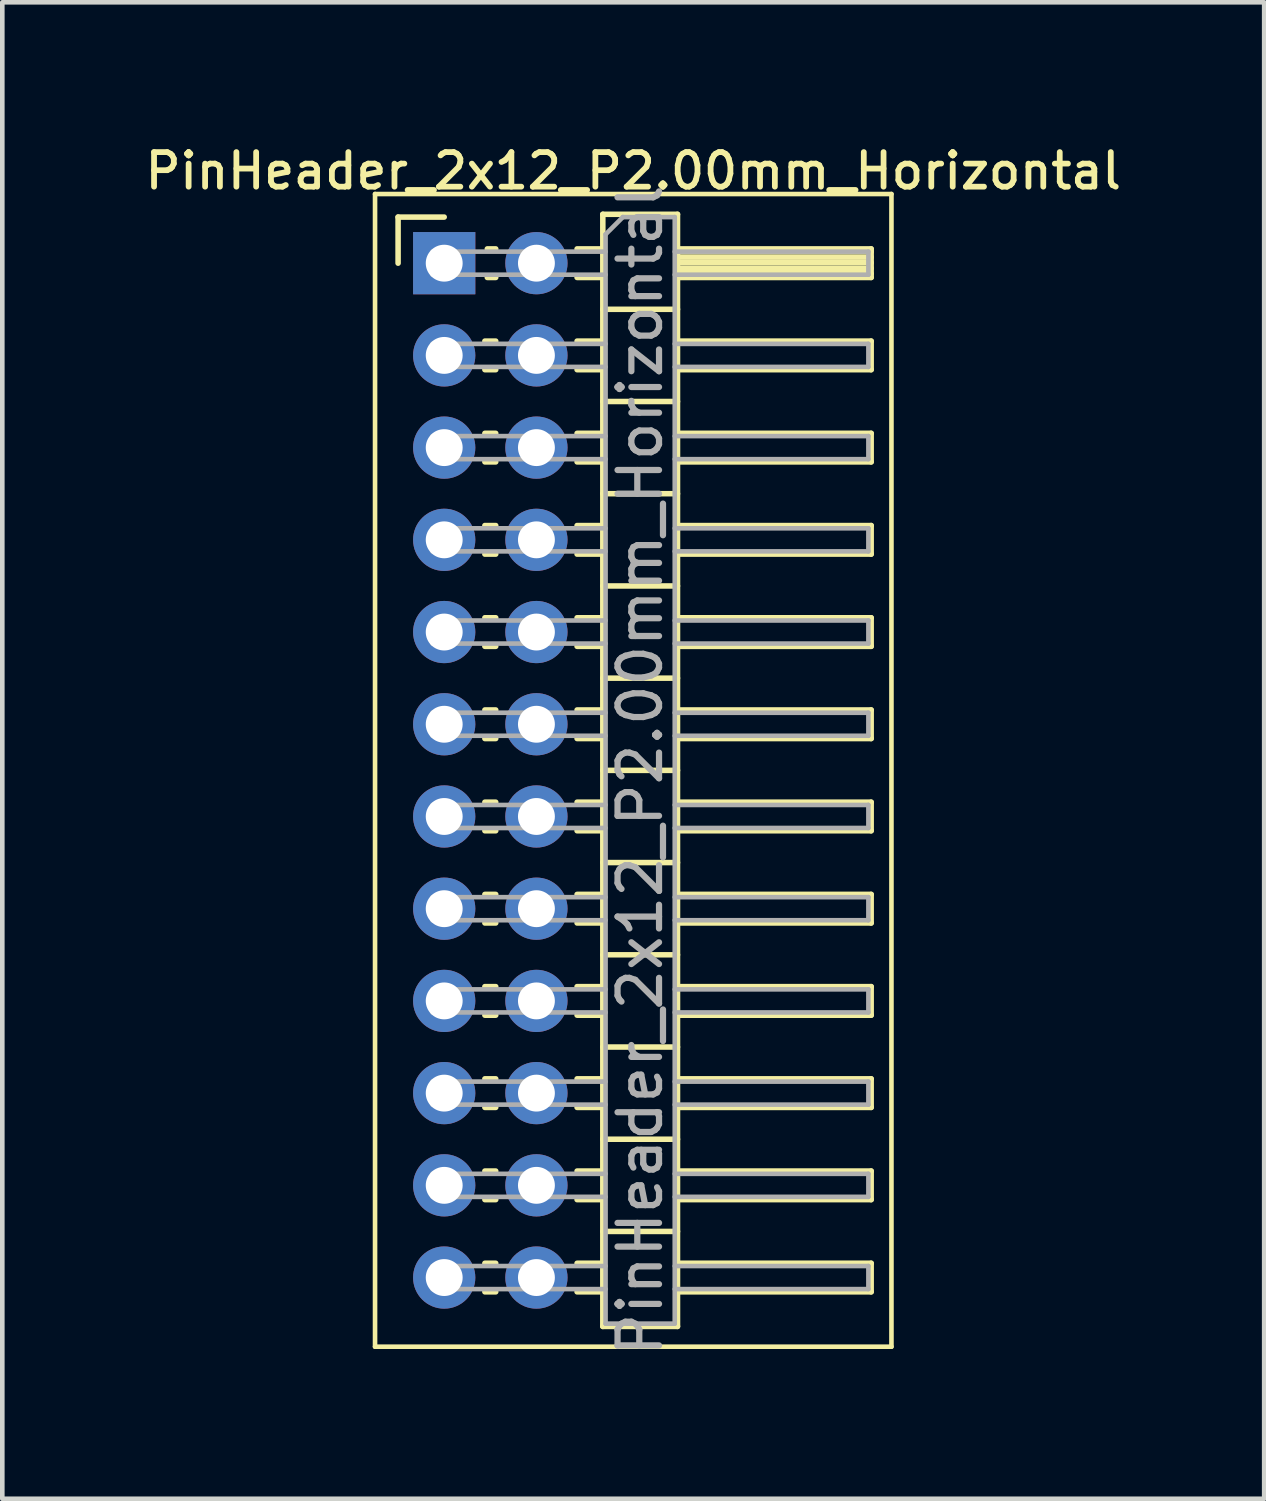
<source format=kicad_pcb>
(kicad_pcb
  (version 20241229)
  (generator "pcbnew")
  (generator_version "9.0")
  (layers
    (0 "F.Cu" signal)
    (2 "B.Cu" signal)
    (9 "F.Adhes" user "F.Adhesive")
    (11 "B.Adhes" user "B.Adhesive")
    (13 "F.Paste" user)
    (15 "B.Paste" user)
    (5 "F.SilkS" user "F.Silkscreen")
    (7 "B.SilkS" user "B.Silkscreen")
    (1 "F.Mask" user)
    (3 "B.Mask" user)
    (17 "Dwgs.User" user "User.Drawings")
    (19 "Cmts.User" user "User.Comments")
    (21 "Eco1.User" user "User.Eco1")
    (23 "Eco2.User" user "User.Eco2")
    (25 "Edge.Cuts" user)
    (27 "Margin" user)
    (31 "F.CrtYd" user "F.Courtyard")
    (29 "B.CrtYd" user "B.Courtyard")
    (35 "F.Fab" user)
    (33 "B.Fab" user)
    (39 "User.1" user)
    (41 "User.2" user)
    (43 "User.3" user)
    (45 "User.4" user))
  (footprint "PinHeader_2x12_P2.00mm_Horizontal"
    (layer "F.Cu")
    (at 6.584 2.658)
    (property "Reference" "PinHeader_2x12_P2.00mm_Horizontal" (at 4.1 -2 0) (layer "F.SilkS") (effects (font (size 0.75 0.75) (thickness 0.125))))
    (attr through_hole)
    (fp_line (start -1.5 -1.5) (end -1.5 23.5) (stroke (width 0.1) (type solid)) (layer "F.SilkS"))
    (fp_line (start -1.5 23.5) (end 9.7 23.5) (stroke (width 0.1) (type solid)) (layer "F.SilkS"))
    (fp_line (start -1 -1) (end 0 -1) (stroke (width 0.12) (type solid)) (layer "F.SilkS"))
    (fp_line (start -1 0) (end -1 -1) (stroke (width 0.12) (type solid)) (layer "F.SilkS"))
    (fp_line (start 0.882 1.69) (end 1.118 1.69) (stroke (width 0.12) (type solid)) (layer "F.SilkS"))
    (fp_line (start 0.882 2.31) (end 1.118 2.31) (stroke (width 0.12) (type solid)) (layer "F.SilkS"))
    (fp_line (start 0.882 3.69) (end 1.118 3.69) (stroke (width 0.12) (type solid)) (layer "F.SilkS"))
    (fp_line (start 0.882 4.31) (end 1.118 4.31) (stroke (width 0.12) (type solid)) (layer "F.SilkS"))
    (fp_line (start 0.882 5.69) (end 1.118 5.69) (stroke (width 0.12) (type solid)) (layer "F.SilkS"))
    (fp_line (start 0.882 6.31) (end 1.118 6.31) (stroke (width 0.12) (type solid)) (layer "F.SilkS"))
    (fp_line (start 0.882 7.69) (end 1.118 7.69) (stroke (width 0.12) (type solid)) (layer "F.SilkS"))
    (fp_line (start 0.882 8.31) (end 1.118 8.31) (stroke (width 0.12) (type solid)) (layer "F.SilkS"))
    (fp_line (start 0.882 9.69) (end 1.118 9.69) (stroke (width 0.12) (type solid)) (layer "F.SilkS"))
    (fp_line (start 0.882 10.31) (end 1.118 10.31) (stroke (width 0.12) (type solid)) (layer "F.SilkS"))
    (fp_line (start 0.882 11.69) (end 1.118 11.69) (stroke (width 0.12) (type solid)) (layer "F.SilkS"))
    (fp_line (start 0.882 12.31) (end 1.118 12.31) (stroke (width 0.12) (type solid)) (layer "F.SilkS"))
    (fp_line (start 0.882 13.69) (end 1.118 13.69) (stroke (width 0.12) (type solid)) (layer "F.SilkS"))
    (fp_line (start 0.882 14.31) (end 1.118 14.31) (stroke (width 0.12) (type solid)) (layer "F.SilkS"))
    (fp_line (start 0.882 15.69) (end 1.118 15.69) (stroke (width 0.12) (type solid)) (layer "F.SilkS"))
    (fp_line (start 0.882 16.31) (end 1.118 16.31) (stroke (width 0.12) (type solid)) (layer "F.SilkS"))
    (fp_line (start 0.882 17.69) (end 1.118 17.69) (stroke (width 0.12) (type solid)) (layer "F.SilkS"))
    (fp_line (start 0.882 18.31) (end 1.118 18.31) (stroke (width 0.12) (type solid)) (layer "F.SilkS"))
    (fp_line (start 0.882 19.69) (end 1.118 19.69) (stroke (width 0.12) (type solid)) (layer "F.SilkS"))
    (fp_line (start 0.882 20.31) (end 1.118 20.31) (stroke (width 0.12) (type solid)) (layer "F.SilkS"))
    (fp_line (start 0.882 21.69) (end 1.118 21.69) (stroke (width 0.12) (type solid)) (layer "F.SilkS"))
    (fp_line (start 0.882 22.31) (end 1.118 22.31) (stroke (width 0.12) (type solid)) (layer "F.SilkS"))
    (fp_line (start 0.935 -0.31) (end 1.118 -0.31) (stroke (width 0.12) (type solid)) (layer "F.SilkS"))
    (fp_line (start 0.935 0.31) (end 1.118 0.31) (stroke (width 0.12) (type solid)) (layer "F.SilkS"))
    (fp_line (start 2.882 -0.31) (end 3.44 -0.31) (stroke (width 0.12) (type solid)) (layer "F.SilkS"))
    (fp_line (start 2.882 0.31) (end 3.44 0.31) (stroke (width 0.12) (type solid)) (layer "F.SilkS"))
    (fp_line (start 2.882 1.69) (end 3.44 1.69) (stroke (width 0.12) (type solid)) (layer "F.SilkS"))
    (fp_line (start 2.882 2.31) (end 3.44 2.31) (stroke (width 0.12) (type solid)) (layer "F.SilkS"))
    (fp_line (start 2.882 3.69) (end 3.44 3.69) (stroke (width 0.12) (type solid)) (layer "F.SilkS"))
    (fp_line (start 2.882 4.31) (end 3.44 4.31) (stroke (width 0.12) (type solid)) (layer "F.SilkS"))
    (fp_line (start 2.882 5.69) (end 3.44 5.69) (stroke (width 0.12) (type solid)) (layer "F.SilkS"))
    (fp_line (start 2.882 6.31) (end 3.44 6.31) (stroke (width 0.12) (type solid)) (layer "F.SilkS"))
    (fp_line (start 2.882 7.69) (end 3.44 7.69) (stroke (width 0.12) (type solid)) (layer "F.SilkS"))
    (fp_line (start 2.882 8.31) (end 3.44 8.31) (stroke (width 0.12) (type solid)) (layer "F.SilkS"))
    (fp_line (start 2.882 9.69) (end 3.44 9.69) (stroke (width 0.12) (type solid)) (layer "F.SilkS"))
    (fp_line (start 2.882 10.31) (end 3.44 10.31) (stroke (width 0.12) (type solid)) (layer "F.SilkS"))
    (fp_line (start 2.882 11.69) (end 3.44 11.69) (stroke (width 0.12) (type solid)) (layer "F.SilkS"))
    (fp_line (start 2.882 12.31) (end 3.44 12.31) (stroke (width 0.12) (type solid)) (layer "F.SilkS"))
    (fp_line (start 2.882 13.69) (end 3.44 13.69) (stroke (width 0.12) (type solid)) (layer "F.SilkS"))
    (fp_line (start 2.882 14.31) (end 3.44 14.31) (stroke (width 0.12) (type solid)) (layer "F.SilkS"))
    (fp_line (start 2.882 15.69) (end 3.44 15.69) (stroke (width 0.12) (type solid)) (layer "F.SilkS"))
    (fp_line (start 2.882 16.31) (end 3.44 16.31) (stroke (width 0.12) (type solid)) (layer "F.SilkS"))
    (fp_line (start 2.882 17.69) (end 3.44 17.69) (stroke (width 0.12) (type solid)) (layer "F.SilkS"))
    (fp_line (start 2.882 18.31) (end 3.44 18.31) (stroke (width 0.12) (type solid)) (layer "F.SilkS"))
    (fp_line (start 2.882 19.69) (end 3.44 19.69) (stroke (width 0.12) (type solid)) (layer "F.SilkS"))
    (fp_line (start 2.882 20.31) (end 3.44 20.31) (stroke (width 0.12) (type solid)) (layer "F.SilkS"))
    (fp_line (start 2.882 21.69) (end 3.44 21.69) (stroke (width 0.12) (type solid)) (layer "F.SilkS"))
    (fp_line (start 2.882 22.31) (end 3.44 22.31) (stroke (width 0.12) (type solid)) (layer "F.SilkS"))
    (fp_line (start 3.44 -1.06) (end 3.44 23.06) (stroke (width 0.12) (type solid)) (layer "F.SilkS"))
    (fp_line (start 3.44 1) (end 5.06 1) (stroke (width 0.12) (type solid)) (layer "F.SilkS"))
    (fp_line (start 3.44 3) (end 5.06 3) (stroke (width 0.12) (type solid)) (layer "F.SilkS"))
    (fp_line (start 3.44 5) (end 5.06 5) (stroke (width 0.12) (type solid)) (layer "F.SilkS"))
    (fp_line (start 3.44 7) (end 5.06 7) (stroke (width 0.12) (type solid)) (layer "F.SilkS"))
    (fp_line (start 3.44 9) (end 5.06 9) (stroke (width 0.12) (type solid)) (layer "F.SilkS"))
    (fp_line (start 3.44 11) (end 5.06 11) (stroke (width 0.12) (type solid)) (layer "F.SilkS"))
    (fp_line (start 3.44 13) (end 5.06 13) (stroke (width 0.12) (type solid)) (layer "F.SilkS"))
    (fp_line (start 3.44 15) (end 5.06 15) (stroke (width 0.12) (type solid)) (layer "F.SilkS"))
    (fp_line (start 3.44 17) (end 5.06 17) (stroke (width 0.12) (type solid)) (layer "F.SilkS"))
    (fp_line (start 3.44 19) (end 5.06 19) (stroke (width 0.12) (type solid)) (layer "F.SilkS"))
    (fp_line (start 3.44 21) (end 5.06 21) (stroke (width 0.12) (type solid)) (layer "F.SilkS"))
    (fp_line (start 3.44 23.06) (end 5.06 23.06) (stroke (width 0.12) (type solid)) (layer "F.SilkS"))
    (fp_line (start 5.06 -1.06) (end 3.44 -1.06) (stroke (width 0.12) (type solid)) (layer "F.SilkS"))
    (fp_line (start 5.06 -0.31) (end 9.26 -0.31) (stroke (width 0.12) (type solid)) (layer "F.SilkS"))
    (fp_line (start 5.06 -0.25) (end 9.26 -0.25) (stroke (width 0.12) (type solid)) (layer "F.SilkS"))
    (fp_line (start 5.06 -0.13) (end 9.26 -0.13) (stroke (width 0.12) (type solid)) (layer "F.SilkS"))
    (fp_line (start 5.06 -0.01) (end 9.26 -0.01) (stroke (width 0.12) (type solid)) (layer "F.SilkS"))
    (fp_line (start 5.06 0.11) (end 9.26 0.11) (stroke (width 0.12) (type solid)) (layer "F.SilkS"))
    (fp_line (start 5.06 0.23) (end 9.26 0.23) (stroke (width 0.12) (type solid)) (layer "F.SilkS"))
    (fp_line (start 5.06 1.69) (end 9.26 1.69) (stroke (width 0.12) (type solid)) (layer "F.SilkS"))
    (fp_line (start 5.06 3.69) (end 9.26 3.69) (stroke (width 0.12) (type solid)) (layer "F.SilkS"))
    (fp_line (start 5.06 5.69) (end 9.26 5.69) (stroke (width 0.12) (type solid)) (layer "F.SilkS"))
    (fp_line (start 5.06 7.69) (end 9.26 7.69) (stroke (width 0.12) (type solid)) (layer "F.SilkS"))
    (fp_line (start 5.06 9.69) (end 9.26 9.69) (stroke (width 0.12) (type solid)) (layer "F.SilkS"))
    (fp_line (start 5.06 11.69) (end 9.26 11.69) (stroke (width 0.12) (type solid)) (layer "F.SilkS"))
    (fp_line (start 5.06 13.69) (end 9.26 13.69) (stroke (width 0.12) (type solid)) (layer "F.SilkS"))
    (fp_line (start 5.06 15.69) (end 9.26 15.69) (stroke (width 0.12) (type solid)) (layer "F.SilkS"))
    (fp_line (start 5.06 17.69) (end 9.26 17.69) (stroke (width 0.12) (type solid)) (layer "F.SilkS"))
    (fp_line (start 5.06 19.69) (end 9.26 19.69) (stroke (width 0.12) (type solid)) (layer "F.SilkS"))
    (fp_line (start 5.06 21.69) (end 9.26 21.69) (stroke (width 0.12) (type solid)) (layer "F.SilkS"))
    (fp_line (start 5.06 23.06) (end 5.06 -1.06) (stroke (width 0.12) (type solid)) (layer "F.SilkS"))
    (fp_line (start 9.26 -0.31) (end 9.26 0.31) (stroke (width 0.12) (type solid)) (layer "F.SilkS"))
    (fp_line (start 9.26 0.31) (end 5.06 0.31) (stroke (width 0.12) (type solid)) (layer "F.SilkS"))
    (fp_line (start 9.26 1.69) (end 9.26 2.31) (stroke (width 0.12) (type solid)) (layer "F.SilkS"))
    (fp_line (start 9.26 2.31) (end 5.06 2.31) (stroke (width 0.12) (type solid)) (layer "F.SilkS"))
    (fp_line (start 9.26 3.69) (end 9.26 4.31) (stroke (width 0.12) (type solid)) (layer "F.SilkS"))
    (fp_line (start 9.26 4.31) (end 5.06 4.31) (stroke (width 0.12) (type solid)) (layer "F.SilkS"))
    (fp_line (start 9.26 5.69) (end 9.26 6.31) (stroke (width 0.12) (type solid)) (layer "F.SilkS"))
    (fp_line (start 9.26 6.31) (end 5.06 6.31) (stroke (width 0.12) (type solid)) (layer "F.SilkS"))
    (fp_line (start 9.26 7.69) (end 9.26 8.31) (stroke (width 0.12) (type solid)) (layer "F.SilkS"))
    (fp_line (start 9.26 8.31) (end 5.06 8.31) (stroke (width 0.12) (type solid)) (layer "F.SilkS"))
    (fp_line (start 9.26 9.69) (end 9.26 10.31) (stroke (width 0.12) (type solid)) (layer "F.SilkS"))
    (fp_line (start 9.26 10.31) (end 5.06 10.31) (stroke (width 0.12) (type solid)) (layer "F.SilkS"))
    (fp_line (start 9.26 11.69) (end 9.26 12.31) (stroke (width 0.12) (type solid)) (layer "F.SilkS"))
    (fp_line (start 9.26 12.31) (end 5.06 12.31) (stroke (width 0.12) (type solid)) (layer "F.SilkS"))
    (fp_line (start 9.26 13.69) (end 9.26 14.31) (stroke (width 0.12) (type solid)) (layer "F.SilkS"))
    (fp_line (start 9.26 14.31) (end 5.06 14.31) (stroke (width 0.12) (type solid)) (layer "F.SilkS"))
    (fp_line (start 9.26 15.69) (end 9.26 16.31) (stroke (width 0.12) (type solid)) (layer "F.SilkS"))
    (fp_line (start 9.26 16.31) (end 5.06 16.31) (stroke (width 0.12) (type solid)) (layer "F.SilkS"))
    (fp_line (start 9.26 17.69) (end 9.26 18.31) (stroke (width 0.12) (type solid)) (layer "F.SilkS"))
    (fp_line (start 9.26 18.31) (end 5.06 18.31) (stroke (width 0.12) (type solid)) (layer "F.SilkS"))
    (fp_line (start 9.26 19.69) (end 9.26 20.31) (stroke (width 0.12) (type solid)) (layer "F.SilkS"))
    (fp_line (start 9.26 20.31) (end 5.06 20.31) (stroke (width 0.12) (type solid)) (layer "F.SilkS"))
    (fp_line (start 9.26 21.69) (end 9.26 22.31) (stroke (width 0.12) (type solid)) (layer "F.SilkS"))
    (fp_line (start 9.26 22.31) (end 5.06 22.31) (stroke (width 0.12) (type solid)) (layer "F.SilkS"))
    (fp_line (start 9.7 -1.5) (end -1.5 -1.5) (stroke (width 0.1) (type solid)) (layer "F.SilkS"))
    (fp_line (start 9.7 23.5) (end 9.7 -1.5) (stroke (width 0.1) (type solid)) (layer "F.SilkS"))
    (fp_line (start -0.25 -0.25) (end -0.25 0.25) (stroke (width 0.1) (type solid)) (layer "F.Fab"))
    (fp_line (start -0.25 -0.25) (end 3.5 -0.25) (stroke (width 0.1) (type solid)) (layer "F.Fab"))
    (fp_line (start -0.25 0.25) (end 3.5 0.25) (stroke (width 0.1) (type solid)) (layer "F.Fab"))
    (fp_line (start -0.25 1.75) (end -0.25 2.25) (stroke (width 0.1) (type solid)) (layer "F.Fab"))
    (fp_line (start -0.25 1.75) (end 3.5 1.75) (stroke (width 0.1) (type solid)) (layer "F.Fab"))
    (fp_line (start -0.25 2.25) (end 3.5 2.25) (stroke (width 0.1) (type solid)) (layer "F.Fab"))
    (fp_line (start -0.25 3.75) (end -0.25 4.25) (stroke (width 0.1) (type solid)) (layer "F.Fab"))
    (fp_line (start -0.25 3.75) (end 3.5 3.75) (stroke (width 0.1) (type solid)) (layer "F.Fab"))
    (fp_line (start -0.25 4.25) (end 3.5 4.25) (stroke (width 0.1) (type solid)) (layer "F.Fab"))
    (fp_line (start -0.25 5.75) (end -0.25 6.25) (stroke (width 0.1) (type solid)) (layer "F.Fab"))
    (fp_line (start -0.25 5.75) (end 3.5 5.75) (stroke (width 0.1) (type solid)) (layer "F.Fab"))
    (fp_line (start -0.25 6.25) (end 3.5 6.25) (stroke (width 0.1) (type solid)) (layer "F.Fab"))
    (fp_line (start -0.25 7.75) (end -0.25 8.25) (stroke (width 0.1) (type solid)) (layer "F.Fab"))
    (fp_line (start -0.25 7.75) (end 3.5 7.75) (stroke (width 0.1) (type solid)) (layer "F.Fab"))
    (fp_line (start -0.25 8.25) (end 3.5 8.25) (stroke (width 0.1) (type solid)) (layer "F.Fab"))
    (fp_line (start -0.25 9.75) (end -0.25 10.25) (stroke (width 0.1) (type solid)) (layer "F.Fab"))
    (fp_line (start -0.25 9.75) (end 3.5 9.75) (stroke (width 0.1) (type solid)) (layer "F.Fab"))
    (fp_line (start -0.25 10.25) (end 3.5 10.25) (stroke (width 0.1) (type solid)) (layer "F.Fab"))
    (fp_line (start -0.25 11.75) (end -0.25 12.25) (stroke (width 0.1) (type solid)) (layer "F.Fab"))
    (fp_line (start -0.25 11.75) (end 3.5 11.75) (stroke (width 0.1) (type solid)) (layer "F.Fab"))
    (fp_line (start -0.25 12.25) (end 3.5 12.25) (stroke (width 0.1) (type solid)) (layer "F.Fab"))
    (fp_line (start -0.25 13.75) (end -0.25 14.25) (stroke (width 0.1) (type solid)) (layer "F.Fab"))
    (fp_line (start -0.25 13.75) (end 3.5 13.75) (stroke (width 0.1) (type solid)) (layer "F.Fab"))
    (fp_line (start -0.25 14.25) (end 3.5 14.25) (stroke (width 0.1) (type solid)) (layer "F.Fab"))
    (fp_line (start -0.25 15.75) (end -0.25 16.25) (stroke (width 0.1) (type solid)) (layer "F.Fab"))
    (fp_line (start -0.25 15.75) (end 3.5 15.75) (stroke (width 0.1) (type solid)) (layer "F.Fab"))
    (fp_line (start -0.25 16.25) (end 3.5 16.25) (stroke (width 0.1) (type solid)) (layer "F.Fab"))
    (fp_line (start -0.25 17.75) (end -0.25 18.25) (stroke (width 0.1) (type solid)) (layer "F.Fab"))
    (fp_line (start -0.25 17.75) (end 3.5 17.75) (stroke (width 0.1) (type solid)) (layer "F.Fab"))
    (fp_line (start -0.25 18.25) (end 3.5 18.25) (stroke (width 0.1) (type solid)) (layer "F.Fab"))
    (fp_line (start -0.25 19.75) (end -0.25 20.25) (stroke (width 0.1) (type solid)) (layer "F.Fab"))
    (fp_line (start -0.25 19.75) (end 3.5 19.75) (stroke (width 0.1) (type solid)) (layer "F.Fab"))
    (fp_line (start -0.25 20.25) (end 3.5 20.25) (stroke (width 0.1) (type solid)) (layer "F.Fab"))
    (fp_line (start -0.25 21.75) (end -0.25 22.25) (stroke (width 0.1) (type solid)) (layer "F.Fab"))
    (fp_line (start -0.25 21.75) (end 3.5 21.75) (stroke (width 0.1) (type solid)) (layer "F.Fab"))
    (fp_line (start -0.25 22.25) (end 3.5 22.25) (stroke (width 0.1) (type solid)) (layer "F.Fab"))
    (fp_line (start 3.5 -0.625) (end 3.875 -1) (stroke (width 0.1) (type solid)) (layer "F.Fab"))
    (fp_line (start 3.5 23) (end 3.5 -0.625) (stroke (width 0.1) (type solid)) (layer "F.Fab"))
    (fp_line (start 3.875 -1) (end 5 -1) (stroke (width 0.1) (type solid)) (layer "F.Fab"))
    (fp_line (start 5 -1) (end 5 23) (stroke (width 0.1) (type solid)) (layer "F.Fab"))
    (fp_line (start 5 -0.25) (end 9.2 -0.25) (stroke (width 0.1) (type solid)) (layer "F.Fab"))
    (fp_line (start 5 0.25) (end 9.2 0.25) (stroke (width 0.1) (type solid)) (layer "F.Fab"))
    (fp_line (start 5 1.75) (end 9.2 1.75) (stroke (width 0.1) (type solid)) (layer "F.Fab"))
    (fp_line (start 5 2.25) (end 9.2 2.25) (stroke (width 0.1) (type solid)) (layer "F.Fab"))
    (fp_line (start 5 3.75) (end 9.2 3.75) (stroke (width 0.1) (type solid)) (layer "F.Fab"))
    (fp_line (start 5 4.25) (end 9.2 4.25) (stroke (width 0.1) (type solid)) (layer "F.Fab"))
    (fp_line (start 5 5.75) (end 9.2 5.75) (stroke (width 0.1) (type solid)) (layer "F.Fab"))
    (fp_line (start 5 6.25) (end 9.2 6.25) (stroke (width 0.1) (type solid)) (layer "F.Fab"))
    (fp_line (start 5 7.75) (end 9.2 7.75) (stroke (width 0.1) (type solid)) (layer "F.Fab"))
    (fp_line (start 5 8.25) (end 9.2 8.25) (stroke (width 0.1) (type solid)) (layer "F.Fab"))
    (fp_line (start 5 9.75) (end 9.2 9.75) (stroke (width 0.1) (type solid)) (layer "F.Fab"))
    (fp_line (start 5 10.25) (end 9.2 10.25) (stroke (width 0.1) (type solid)) (layer "F.Fab"))
    (fp_line (start 5 11.75) (end 9.2 11.75) (stroke (width 0.1) (type solid)) (layer "F.Fab"))
    (fp_line (start 5 12.25) (end 9.2 12.25) (stroke (width 0.1) (type solid)) (layer "F.Fab"))
    (fp_line (start 5 13.75) (end 9.2 13.75) (stroke (width 0.1) (type solid)) (layer "F.Fab"))
    (fp_line (start 5 14.25) (end 9.2 14.25) (stroke (width 0.1) (type solid)) (layer "F.Fab"))
    (fp_line (start 5 15.75) (end 9.2 15.75) (stroke (width 0.1) (type solid)) (layer "F.Fab"))
    (fp_line (start 5 16.25) (end 9.2 16.25) (stroke (width 0.1) (type solid)) (layer "F.Fab"))
    (fp_line (start 5 17.75) (end 9.2 17.75) (stroke (width 0.1) (type solid)) (layer "F.Fab"))
    (fp_line (start 5 18.25) (end 9.2 18.25) (stroke (width 0.1) (type solid)) (layer "F.Fab"))
    (fp_line (start 5 19.75) (end 9.2 19.75) (stroke (width 0.1) (type solid)) (layer "F.Fab"))
    (fp_line (start 5 20.25) (end 9.2 20.25) (stroke (width 0.1) (type solid)) (layer "F.Fab"))
    (fp_line (start 5 21.75) (end 9.2 21.75) (stroke (width 0.1) (type solid)) (layer "F.Fab"))
    (fp_line (start 5 22.25) (end 9.2 22.25) (stroke (width 0.1) (type solid)) (layer "F.Fab"))
    (fp_line (start 5 23) (end 3.5 23) (stroke (width 0.1) (type solid)) (layer "F.Fab"))
    (fp_line (start 9.2 -0.25) (end 9.2 0.25) (stroke (width 0.1) (type solid)) (layer "F.Fab"))
    (fp_line (start 9.2 1.75) (end 9.2 2.25) (stroke (width 0.1) (type solid)) (layer "F.Fab"))
    (fp_line (start 9.2 3.75) (end 9.2 4.25) (stroke (width 0.1) (type solid)) (layer "F.Fab"))
    (fp_line (start 9.2 5.75) (end 9.2 6.25) (stroke (width 0.1) (type solid)) (layer "F.Fab"))
    (fp_line (start 9.2 7.75) (end 9.2 8.25) (stroke (width 0.1) (type solid)) (layer "F.Fab"))
    (fp_line (start 9.2 9.75) (end 9.2 10.25) (stroke (width 0.1) (type solid)) (layer "F.Fab"))
    (fp_line (start 9.2 11.75) (end 9.2 12.25) (stroke (width 0.1) (type solid)) (layer "F.Fab"))
    (fp_line (start 9.2 13.75) (end 9.2 14.25) (stroke (width 0.1) (type solid)) (layer "F.Fab"))
    (fp_line (start 9.2 15.75) (end 9.2 16.25) (stroke (width 0.1) (type solid)) (layer "F.Fab"))
    (fp_line (start 9.2 17.75) (end 9.2 18.25) (stroke (width 0.1) (type solid)) (layer "F.Fab"))
    (fp_line (start 9.2 19.75) (end 9.2 20.25) (stroke (width 0.1) (type solid)) (layer "F.Fab"))
    (fp_line (start 9.2 21.75) (end 9.2 22.25) (stroke (width 0.1) (type solid)) (layer "F.Fab"))
    (fp_text user "${REFERENCE}" (at 4.25 11 90) (layer "F.Fab") (effects (font (size 0.9 0.9) (thickness 0.135))))
    (pad "1" thru_hole rect (at 0 0) (size 1.35 1.35) (drill 0.8) (layers "*.Cu" "*.Mask"))
    (pad "2" thru_hole oval (at 2 0) (size 1.35 1.35) (drill 0.8) (layers "*.Cu" "*.Mask"))
    (pad "3" thru_hole oval (at 0 2) (size 1.35 1.35) (drill 0.8) (layers "*.Cu" "*.Mask"))
    (pad "4" thru_hole oval (at 2 2) (size 1.35 1.35) (drill 0.8) (layers "*.Cu" "*.Mask"))
    (pad "5" thru_hole oval (at 0 4) (size 1.35 1.35) (drill 0.8) (layers "*.Cu" "*.Mask"))
    (pad "6" thru_hole oval (at 2 4) (size 1.35 1.35) (drill 0.8) (layers "*.Cu" "*.Mask"))
    (pad "7" thru_hole oval (at 0 6) (size 1.35 1.35) (drill 0.8) (layers "*.Cu" "*.Mask"))
    (pad "8" thru_hole oval (at 2 6) (size 1.35 1.35) (drill 0.8) (layers "*.Cu" "*.Mask"))
    (pad "9" thru_hole oval (at 0 8) (size 1.35 1.35) (drill 0.8) (layers "*.Cu" "*.Mask"))
    (pad "10" thru_hole oval (at 2 8) (size 1.35 1.35) (drill 0.8) (layers "*.Cu" "*.Mask"))
    (pad "11" thru_hole oval (at 0 10) (size 1.35 1.35) (drill 0.8) (layers "*.Cu" "*.Mask"))
    (pad "12" thru_hole oval (at 2 10) (size 1.35 1.35) (drill 0.8) (layers "*.Cu" "*.Mask"))
    (pad "13" thru_hole oval (at 0 12) (size 1.35 1.35) (drill 0.8) (layers "*.Cu" "*.Mask"))
    (pad "14" thru_hole oval (at 2 12) (size 1.35 1.35) (drill 0.8) (layers "*.Cu" "*.Mask"))
    (pad "15" thru_hole oval (at 0 14) (size 1.35 1.35) (drill 0.8) (layers "*.Cu" "*.Mask"))
    (pad "16" thru_hole oval (at 2 14) (size 1.35 1.35) (drill 0.8) (layers "*.Cu" "*.Mask"))
    (pad "17" thru_hole oval (at 0 16) (size 1.35 1.35) (drill 0.8) (layers "*.Cu" "*.Mask"))
    (pad "18" thru_hole oval (at 2 16) (size 1.35 1.35) (drill 0.8) (layers "*.Cu" "*.Mask"))
    (pad "19" thru_hole oval (at 0 18) (size 1.35 1.35) (drill 0.8) (layers "*.Cu" "*.Mask"))
    (pad "20" thru_hole oval (at 2 18) (size 1.35 1.35) (drill 0.8) (layers "*.Cu" "*.Mask"))
    (pad "21" thru_hole oval (at 0 20) (size 1.35 1.35) (drill 0.8) (layers "*.Cu" "*.Mask"))
    (pad "22" thru_hole oval (at 2 20) (size 1.35 1.35) (drill 0.8) (layers "*.Cu" "*.Mask"))
    (pad "23" thru_hole oval (at 0 22) (size 1.35 1.35) (drill 0.8) (layers "*.Cu" "*.Mask"))
    (pad "24" thru_hole oval (at 2 22) (size 1.35 1.35) (drill 0.8) (layers "*.Cu" "*.Mask")))
  (gr_rect
    (start -3 -3)
    (end 24.368 29.456)
    (stroke (width 0.1) (type default))
    (fill no)
    (layer "Edge.Cuts")))
</source>
